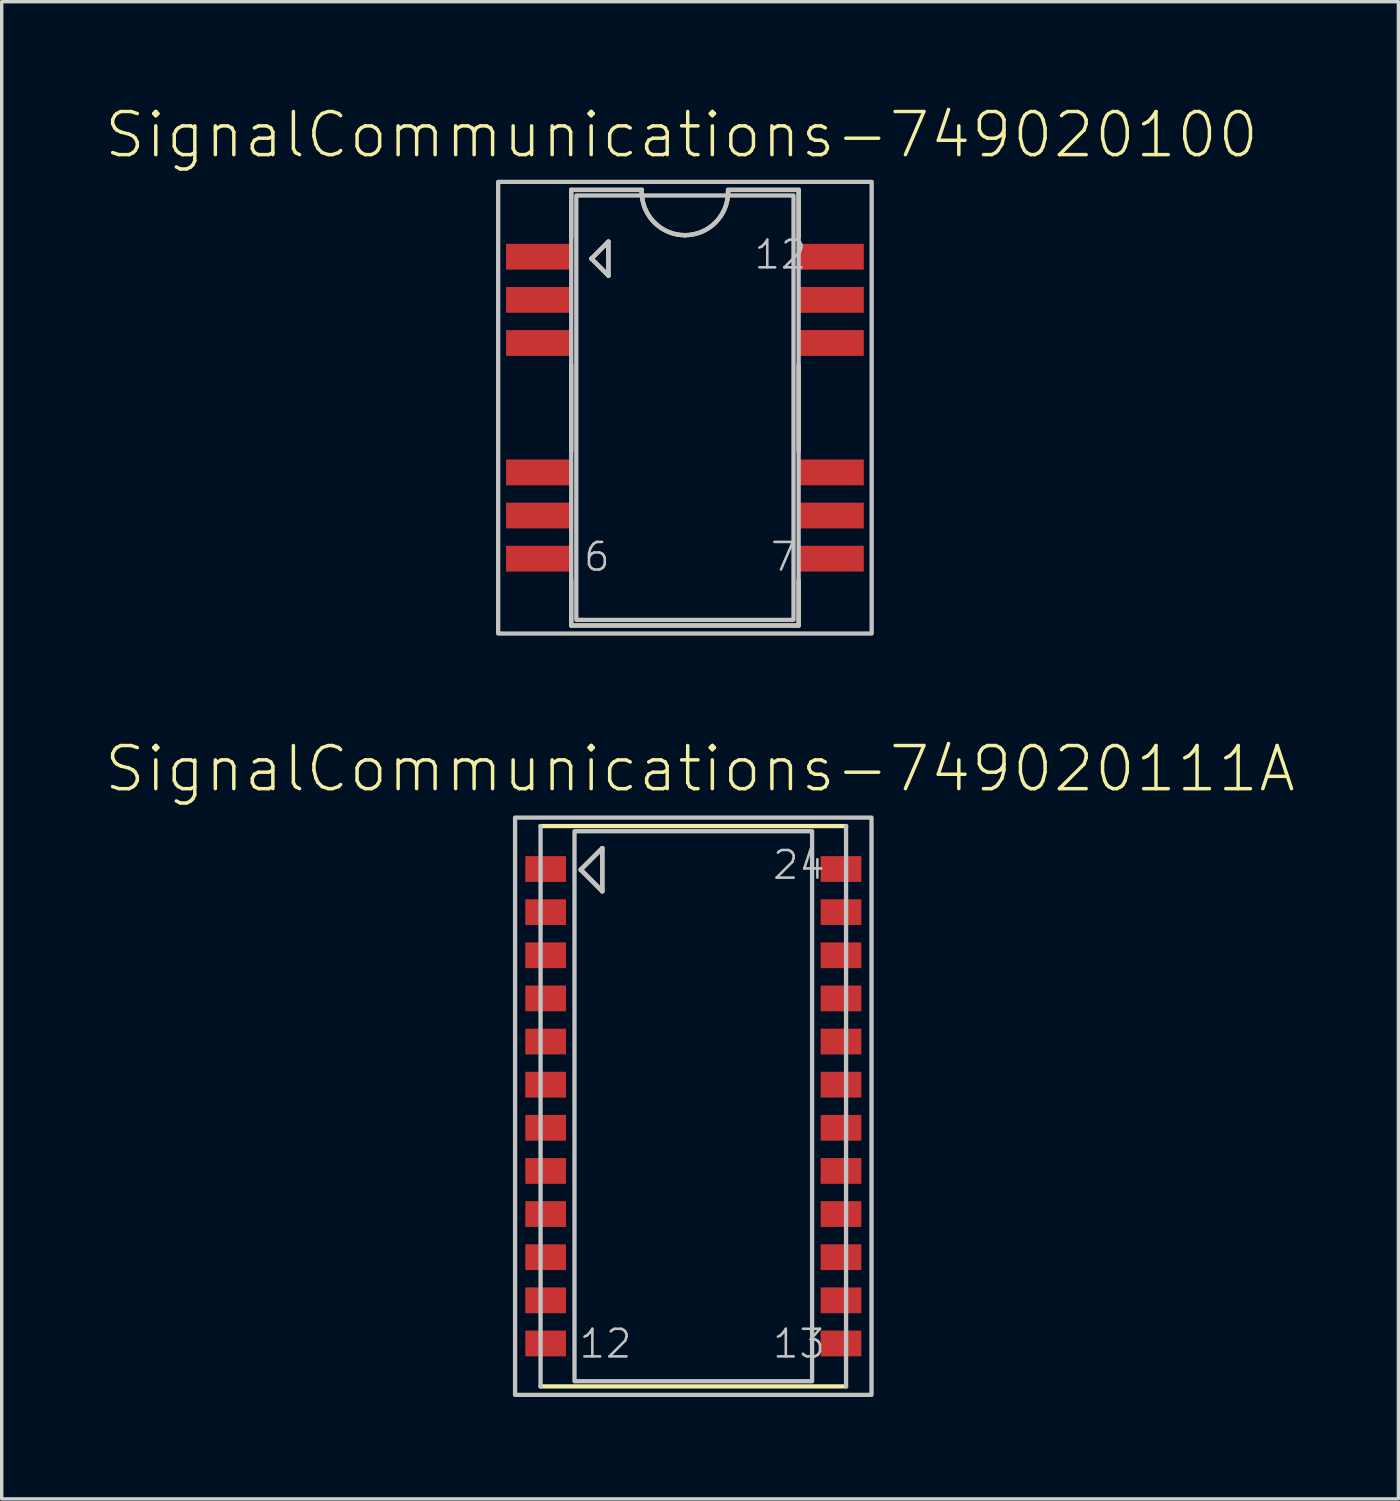
<source format=kicad_pcb>
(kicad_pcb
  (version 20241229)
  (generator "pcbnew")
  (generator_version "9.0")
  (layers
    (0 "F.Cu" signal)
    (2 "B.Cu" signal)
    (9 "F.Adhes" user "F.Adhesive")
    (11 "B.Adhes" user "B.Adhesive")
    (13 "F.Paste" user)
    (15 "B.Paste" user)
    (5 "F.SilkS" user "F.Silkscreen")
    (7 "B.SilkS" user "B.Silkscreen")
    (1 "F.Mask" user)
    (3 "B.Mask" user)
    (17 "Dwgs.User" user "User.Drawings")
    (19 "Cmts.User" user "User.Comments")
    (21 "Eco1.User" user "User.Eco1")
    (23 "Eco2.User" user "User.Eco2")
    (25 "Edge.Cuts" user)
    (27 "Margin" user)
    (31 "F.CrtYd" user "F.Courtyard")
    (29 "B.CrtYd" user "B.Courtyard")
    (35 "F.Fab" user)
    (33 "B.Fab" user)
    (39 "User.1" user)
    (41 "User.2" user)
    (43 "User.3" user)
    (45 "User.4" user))
  (footprint "SignalCommunications-749020111A"
    (layer "F.Cu")
    (at 17.365 29.524)
    (property "Reference" "SignalCommunications-749020111A" (at 0.198 -9.934 0) (layer "F.SilkS") (effects (font (size 1.27 1.27) (thickness 0.102))))
    (attr smd)
    (fp_line (start -4.498 -8.25) (end 4.498 -8.25) (stroke (width 0.127) (type solid)) (layer "F.SilkS"))
    (fp_line (start -3.315 -6.965) (end -2.68 -6.33) (stroke (width 0.127) (type solid)) (layer "F.SilkS"))
    (fp_line (start -2.68 -7.6) (end -3.315 -6.965) (stroke (width 0.127) (type solid)) (layer "F.SilkS"))
    (fp_line (start -2.68 -6.33) (end -2.68 -7.6) (stroke (width 0.127) (type solid)) (layer "F.SilkS"))
    (fp_line (start 4.498 8.25) (end -4.498 8.25) (stroke (width 0.127) (type solid)) (layer "F.SilkS"))
    (fp_line (start -4.498 8.25) (end -4.498 -8.25) (stroke (width 0.127) (type solid)) (layer "Dwgs.User"))
    (fp_line (start -3.315 -6.965) (end -2.68 -6.33) (stroke (width 0.127) (type solid)) (layer "Dwgs.User"))
    (fp_line (start -2.68 -7.6) (end -3.315 -6.965) (stroke (width 0.127) (type solid)) (layer "Dwgs.User"))
    (fp_line (start -2.68 -6.33) (end -2.68 -7.6) (stroke (width 0.127) (type solid)) (layer "Dwgs.User"))
    (fp_line (start 4.498 -8.25) (end 4.498 8.25) (stroke (width 0.127) (type solid)) (layer "Dwgs.User"))
    (fp_poly (pts (xy 3.498 -8.098) (xy 3.498 8.098) (xy -3.498 8.098) (xy -3.498 -8.098) (xy 3.498 -8.098)) (stroke (width 0.127) (type solid)) (fill no) (layer "Dwgs.User"))
    (fp_poly (pts (xy 5.248 8.499) (xy -5.248 8.499) (xy -5.248 -8.499) (xy 5.248 -8.499) (xy 5.248 8.499)) (stroke (width 0.127) (type solid)) (fill no) (layer "Dwgs.User"))
    (fp_text user "13" (at 3.111 6.993 0) (layer "Dwgs.User") (effects (font (size 0.813 0.813) (thickness 0.076))))
    (fp_text user "12" (at -2.586 6.993 0) (layer "Dwgs.User") (effects (font (size 0.813 0.813) (thickness 0.076))))
    (fp_text user "24" (at 3.111 -7.104 0) (layer "Dwgs.User") (effects (font (size 0.813 0.813) (thickness 0.076))))
    (pad "1" smd rect (at -4.348 -6.985) (size 1.199 0.759) (layers "F.Cu" "F.Mask" "F.Paste"))
    (pad "2" smd rect (at -4.348 -5.715) (size 1.199 0.759) (layers "F.Cu" "F.Mask" "F.Paste"))
    (pad "3" smd rect (at -4.348 -4.445) (size 1.199 0.759) (layers "F.Cu" "F.Mask" "F.Paste"))
    (pad "4" smd rect (at -4.348 -3.175) (size 1.199 0.759) (layers "F.Cu" "F.Mask" "F.Paste"))
    (pad "5" smd rect (at -4.348 -1.905) (size 1.199 0.759) (layers "F.Cu" "F.Mask" "F.Paste"))
    (pad "6" smd rect (at -4.348 -0.635) (size 1.199 0.759) (layers "F.Cu" "F.Mask" "F.Paste"))
    (pad "7" smd rect (at -4.348 0.635) (size 1.199 0.759) (layers "F.Cu" "F.Mask" "F.Paste"))
    (pad "8" smd rect (at -4.348 1.905) (size 1.199 0.759) (layers "F.Cu" "F.Mask" "F.Paste"))
    (pad "9" smd rect (at -4.348 3.175) (size 1.199 0.759) (layers "F.Cu" "F.Mask" "F.Paste"))
    (pad "10" smd rect (at -4.348 4.445) (size 1.199 0.759) (layers "F.Cu" "F.Mask" "F.Paste"))
    (pad "11" smd rect (at -4.348 5.715) (size 1.199 0.759) (layers "F.Cu" "F.Mask" "F.Paste"))
    (pad "12" smd rect (at -4.348 6.985) (size 1.199 0.759) (layers "F.Cu" "F.Mask" "F.Paste"))
    (pad "13" smd rect (at 4.348 6.985) (size 1.199 0.759) (layers "F.Cu" "F.Mask" "F.Paste"))
    (pad "14" smd rect (at 4.348 5.715) (size 1.199 0.759) (layers "F.Cu" "F.Mask" "F.Paste"))
    (pad "15" smd rect (at 4.348 4.445) (size 1.199 0.759) (layers "F.Cu" "F.Mask" "F.Paste"))
    (pad "16" smd rect (at 4.348 3.175) (size 1.199 0.759) (layers "F.Cu" "F.Mask" "F.Paste"))
    (pad "17" smd rect (at 4.348 1.905) (size 1.199 0.759) (layers "F.Cu" "F.Mask" "F.Paste"))
    (pad "18" smd rect (at 4.348 0.635) (size 1.199 0.759) (layers "F.Cu" "F.Mask" "F.Paste"))
    (pad "19" smd rect (at 4.348 -0.635) (size 1.199 0.759) (layers "F.Cu" "F.Mask" "F.Paste"))
    (pad "20" smd rect (at 4.348 -1.905) (size 1.199 0.759) (layers "F.Cu" "F.Mask" "F.Paste"))
    (pad "21" smd rect (at 4.348 -3.175) (size 1.199 0.759) (layers "F.Cu" "F.Mask" "F.Paste"))
    (pad "22" smd rect (at 4.348 -4.445) (size 1.199 0.759) (layers "F.Cu" "F.Mask" "F.Paste"))
    (pad "23" smd rect (at 4.348 -5.715) (size 1.199 0.759) (layers "F.Cu" "F.Mask" "F.Paste"))
    (pad "24" smd rect (at 4.348 -6.985) (size 1.199 0.759) (layers "F.Cu" "F.Mask" "F.Paste")))
  (footprint "SignalCommunications-749020100"
    (layer "F.Cu")
    (at 17.118 8.955)
    (property "Reference" "SignalCommunications-749020100" (at -0.099 -8.034 0) (layer "F.SilkS") (effects (font (size 1.27 1.27) (thickness 0.102))))
    (attr smd)
    (fp_line (start -3.348 -6.413) (end -3.348 -5.014) (stroke (width 0.127) (type solid)) (layer "F.SilkS"))
    (fp_line (start -3.348 -6.413) (end -1.27 -6.413) (stroke (width 0.127) (type solid)) (layer "F.SilkS"))
    (fp_line (start -3.348 -1.27) (end -3.348 1.27) (stroke (width 0.127) (type solid)) (layer "F.SilkS"))
    (fp_line (start -3.348 5.08) (end -3.348 6.413) (stroke (width 0.127) (type solid)) (layer "F.SilkS"))
    (fp_line (start -3.348 6.413) (end 3.348 6.413) (stroke (width 0.127) (type solid)) (layer "F.SilkS"))
    (fp_line (start -2.753 -4.389) (end -2.253 -4.889) (stroke (width 0.127) (type solid)) (layer "F.SilkS"))
    (fp_line (start -2.253 -4.889) (end -2.253 -3.889) (stroke (width 0.127) (type solid)) (layer "F.SilkS"))
    (fp_line (start -2.253 -3.889) (end -2.753 -4.389) (stroke (width 0.127) (type solid)) (layer "F.SilkS"))
    (fp_line (start -1.27 -6.413) (end -1.27 -6.35) (stroke (width 0.127) (type solid)) (layer "F.SilkS"))
    (fp_line (start 1.27 -6.413) (end 3.348 -6.413) (stroke (width 0.127) (type solid)) (layer "F.SilkS"))
    (fp_line (start 1.27 -6.35) (end 1.27 -6.413) (stroke (width 0.127) (type solid)) (layer "F.SilkS"))
    (fp_line (start 3.348 -5.014) (end 3.348 -6.413) (stroke (width 0.127) (type solid)) (layer "F.SilkS"))
    (fp_line (start 3.348 -1.27) (end 3.348 1.27) (stroke (width 0.127) (type solid)) (layer "F.SilkS"))
    (fp_line (start 3.348 6.413) (end 3.348 5.08) (stroke (width 0.127) (type solid)) (layer "F.SilkS"))
    (fp_arc (start 0 -5.08) (mid -0.898026 -5.451974) (end -1.27 -6.35) (stroke (width 0.127) (type solid)) (layer "F.SilkS"))
    (fp_arc (start 1.27 -6.35) (mid 0.898026 -5.451974) (end 0 -5.08) (stroke (width 0.127) (type solid)) (layer "F.SilkS"))
    (fp_line (start -3.348 -6.413) (end -3.348 6.413) (stroke (width 0.127) (type solid)) (layer "Dwgs.User"))
    (fp_line (start -3.348 -6.413) (end -1.27 -6.413) (stroke (width 0.127) (type solid)) (layer "Dwgs.User"))
    (fp_line (start -3.348 6.413) (end 3.348 6.413) (stroke (width 0.127) (type solid)) (layer "Dwgs.User"))
    (fp_line (start -2.753 -4.389) (end -2.253 -3.889) (stroke (width 0.127) (type solid)) (layer "Dwgs.User"))
    (fp_line (start -2.253 -4.889) (end -2.753 -4.389) (stroke (width 0.127) (type solid)) (layer "Dwgs.User"))
    (fp_line (start -2.253 -3.889) (end -2.253 -4.889) (stroke (width 0.127) (type solid)) (layer "Dwgs.User"))
    (fp_line (start -1.27 -6.413) (end -1.27 -6.35) (stroke (width 0.127) (type solid)) (layer "Dwgs.User"))
    (fp_line (start 1.27 -6.413) (end 3.348 -6.413) (stroke (width 0.127) (type solid)) (layer "Dwgs.User"))
    (fp_line (start 1.27 -6.35) (end 1.27 -6.413) (stroke (width 0.127) (type solid)) (layer "Dwgs.User"))
    (fp_line (start 3.348 6.413) (end 3.348 -6.413) (stroke (width 0.127) (type solid)) (layer "Dwgs.User"))
    (fp_arc (start 0 -5.08) (mid -0.898026 -5.451974) (end -1.27 -6.35) (stroke (width 0.127) (type solid)) (layer "Dwgs.User"))
    (fp_arc (start 1.27 -6.35) (mid 0.898026 -5.451974) (end 0 -5.08) (stroke (width 0.127) (type solid)) (layer "Dwgs.User"))
    (fp_poly (pts (xy -5.499 -6.65) (xy 5.499 -6.65) (xy 5.499 6.65) (xy -5.499 6.65) (xy -5.499 -6.65)) (stroke (width 0.127) (type solid)) (fill no) (layer "Dwgs.User"))
    (fp_poly (pts (xy -3.198 -6.248) (xy 3.198 -6.248) (xy 3.198 6.248) (xy -3.198 6.248) (xy -3.198 -6.248)) (stroke (width 0.127) (type solid)) (fill no) (layer "Dwgs.User"))
    (fp_text user "7" (at 2.906 4.392 0) (layer "Dwgs.User") (effects (font (size 0.813 0.813) (thickness 0.076))))
    (fp_text user "12" (at 2.812 -4.506 0) (layer "Dwgs.User") (effects (font (size 0.813 0.813) (thickness 0.076))))
    (fp_text user "6" (at -2.593 4.392 0) (layer "Dwgs.User") (effects (font (size 0.813 0.813) (thickness 0.076))))
    (pad "1" smd rect (at -4.313 -4.445) (size 1.908 0.759) (layers "F.Cu" "F.Mask" "F.Paste"))
    (pad "2" smd rect (at -4.313 -3.175) (size 1.908 0.759) (layers "F.Cu" "F.Mask" "F.Paste"))
    (pad "3" smd rect (at -4.313 -1.905) (size 1.908 0.759) (layers "F.Cu" "F.Mask" "F.Paste"))
    (pad "6" smd rect (at -4.313 1.905) (size 1.908 0.759) (layers "F.Cu" "F.Mask" "F.Paste"))
    (pad "7" smd rect (at -4.313 3.175) (size 1.908 0.759) (layers "F.Cu" "F.Mask" "F.Paste"))
    (pad "8" smd rect (at -4.313 4.445) (size 1.908 0.759) (layers "F.Cu" "F.Mask" "F.Paste"))
    (pad "9" smd rect (at 4.313 4.445) (size 1.908 0.759) (layers "F.Cu" "F.Mask" "F.Paste"))
    (pad "10" smd rect (at 4.313 3.175) (size 1.908 0.759) (layers "F.Cu" "F.Mask" "F.Paste"))
    (pad "11" smd rect (at 4.313 1.905) (size 1.908 0.759) (layers "F.Cu" "F.Mask" "F.Paste"))
    (pad "14" smd rect (at 4.313 -1.905) (size 1.908 0.759) (layers "F.Cu" "F.Mask" "F.Paste"))
    (pad "15" smd rect (at 4.313 -3.175) (size 1.908 0.759) (layers "F.Cu" "F.Mask" "F.Paste"))
    (pad "16" smd rect (at 4.313 -4.445) (size 1.908 0.759) (layers "F.Cu" "F.Mask" "F.Paste")))
  (gr_rect
    (start -3 -3)
    (end 38.127 41.086)
    (stroke (width 0.1) (type default))
    (fill no)
    (layer "Edge.Cuts")))
</source>
